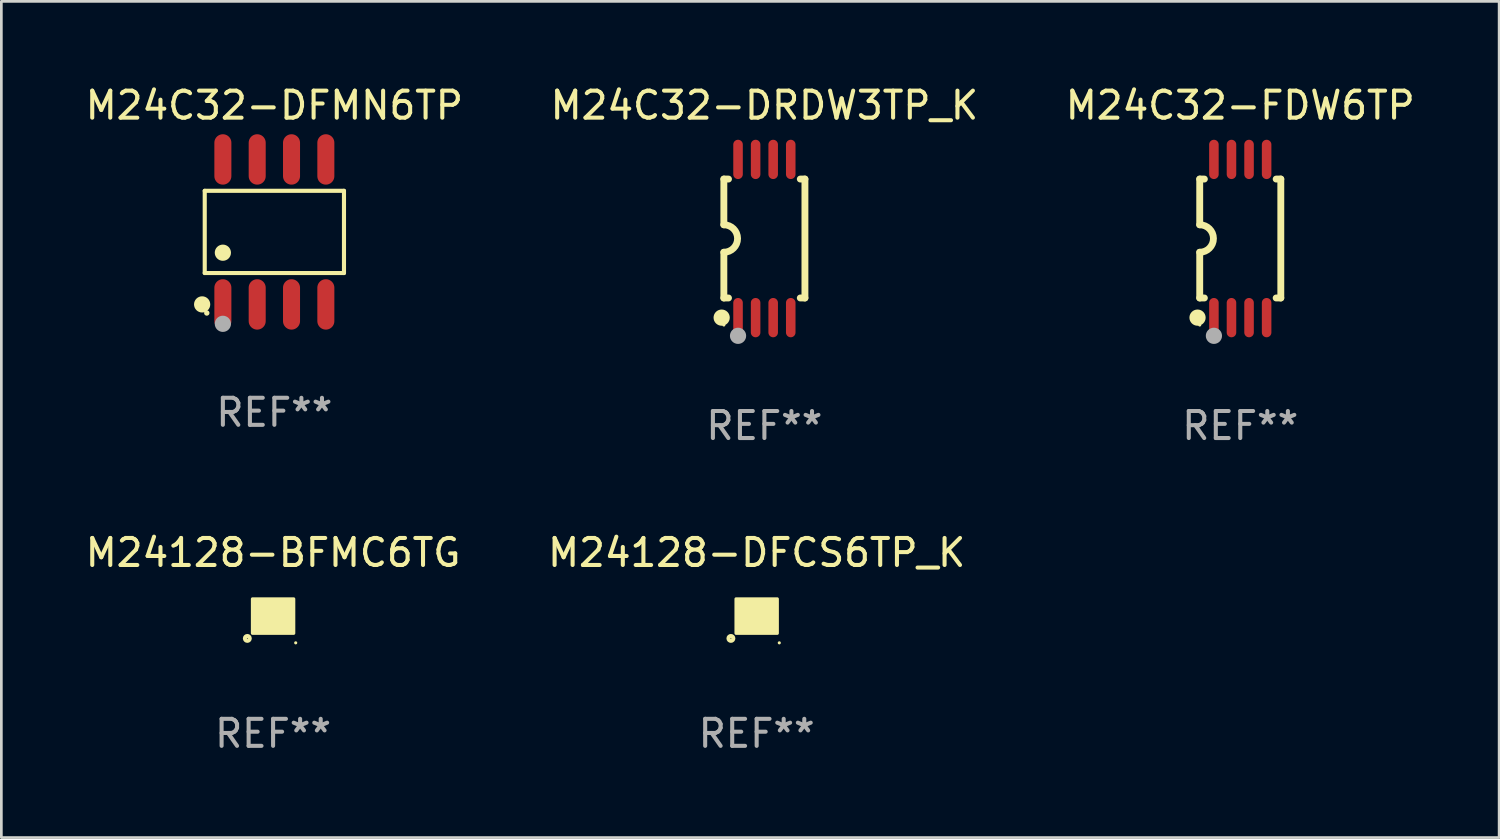
<source format=kicad_pcb>
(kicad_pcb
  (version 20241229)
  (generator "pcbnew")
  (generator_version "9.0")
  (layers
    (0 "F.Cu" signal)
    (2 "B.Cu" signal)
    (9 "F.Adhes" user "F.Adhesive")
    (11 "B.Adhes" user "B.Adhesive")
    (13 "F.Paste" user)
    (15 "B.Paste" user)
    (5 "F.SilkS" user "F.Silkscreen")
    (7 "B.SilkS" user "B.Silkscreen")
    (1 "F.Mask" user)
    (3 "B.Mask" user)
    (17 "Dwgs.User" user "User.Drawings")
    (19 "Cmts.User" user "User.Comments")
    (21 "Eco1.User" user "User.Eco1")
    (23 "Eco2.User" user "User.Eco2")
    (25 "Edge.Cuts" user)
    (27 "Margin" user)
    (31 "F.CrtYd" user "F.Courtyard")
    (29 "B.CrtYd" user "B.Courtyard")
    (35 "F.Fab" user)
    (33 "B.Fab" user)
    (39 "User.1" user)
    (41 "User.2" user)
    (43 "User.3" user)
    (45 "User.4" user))
  (footprint "M24128-BFMC6TG"
    (layer "F.Cu")
    (at 7.054 19.745)
    (property "Reference" "M24128-BFMC6TG" (at 0 -2.346 0) (layer "F.SilkS") (effects (font (size 1 1) (thickness 0.15))))
    (attr through_hole)
    (fp_circle (center -0.953 0.826) (end -0.863 0.826) (stroke (width 0.15) (type solid)) (fill no) (layer "F.SilkS"))
    (fp_circle (center 0.837 0.99) (end 0.867 0.99) (stroke (width 0.06) (type solid)) (fill no) (layer "F.SilkS"))
    (fp_poly (pts (xy -0.762 -0.635) (xy 0.762 -0.635) (xy 0.762 0.635) (xy -0.762 0.635)) (stroke (width 0.12) (type solid)) (fill yes) (layer "F.SilkS"))
    (fp_text user "REF**" (at 0 4.346 0) (layer "F.Fab") (effects (font (size 1 1) (thickness 0.15))))
    (pad "A1" smd circle (at -0.4 0.346) (size 0.19 0.19) (layers "F.Cu" "F.Mask" "F.Paste"))
    (pad "A3" smd circle (at -0.4 -0.346) (size 0.19 0.19) (layers "F.Cu" "F.Mask" "F.Paste"))
    (pad "B2" smd circle (at -0.2 -0.001) (size 0.19 0.19) (layers "F.Cu" "F.Mask" "F.Paste"))
    (pad "C1" smd circle (at 0 0.346) (size 0.19 0.19) (layers "F.Cu" "F.Mask" "F.Paste"))
    (pad "C3" smd circle (at 0 -0.346) (size 0.19 0.19) (layers "F.Cu" "F.Mask" "F.Paste"))
    (pad "D2" smd circle (at 0.2 -0.001) (size 0.19 0.19) (layers "F.Cu" "F.Mask" "F.Paste"))
    (pad "E1" smd circle (at 0.4 0.346) (size 0.19 0.19) (layers "F.Cu" "F.Mask" "F.Paste"))
    (pad "E3" smd circle (at 0.4 -0.346) (size 0.19 0.19) (layers "F.Cu" "F.Mask" "F.Paste")))
  (footprint "M24C32-FDW6TP"
    (layer "F.Cu")
    (at 42.839 5.775)
    (property "Reference" "M24C32-FDW6TP" (at 0 -4.927 0) (layer "F.SilkS") (effects (font (size 1 1) (thickness 0.15))))
    (attr through_hole)
    (fp_line (start -1.5 -2.2) (end -1.5 -0.508) (stroke (width 0.254) (type solid)) (layer "F.SilkS"))
    (fp_line (start -1.5 -2.2) (end -1.328 -2.2) (stroke (width 0.254) (type solid)) (layer "F.SilkS"))
    (fp_line (start -1.5 2.2) (end -1.5 0.508) (stroke (width 0.254) (type solid)) (layer "F.SilkS"))
    (fp_line (start -1.5 2.2) (end -1.328 2.2) (stroke (width 0.254) (type solid)) (layer "F.SilkS"))
    (fp_line (start 1.328 -2.2) (end 1.5 -2.2) (stroke (width 0.254) (type solid)) (layer "F.SilkS"))
    (fp_line (start 1.328 2.2) (end 1.5 2.2) (stroke (width 0.254) (type solid)) (layer "F.SilkS"))
    (fp_line (start 1.5 -2.2) (end 1.5 2.2) (stroke (width 0.254) (type solid)) (layer "F.SilkS"))
    (fp_arc (start -1.501144 -0.508) (mid -0.993143 -0.000571) (end -1.5 0.508001) (stroke (width 0.254001) (type solid)) (layer "F.SilkS"))
    (fp_circle (center -1.581 2.927) (end -1.431 2.927) (stroke (width 0.3) (type solid)) (fill no) (layer "F.SilkS"))
    (fp_circle (center -1.5 3.2) (end -1.47 3.2) (stroke (width 0.06) (type solid)) (fill no) (layer "F.SilkS"))
    (fp_circle (center -0.975 3.6) (end -0.825 3.6) (stroke (width 0.3) (type solid)) (fill no) (layer "F.Fab"))
    (fp_text user "REF**" (at 0 6.927 0) (layer "F.Fab") (effects (font (size 1 1) (thickness 0.15))))
    (pad "1" smd oval (at -0.975 2.927) (size 0.353 1.454) (layers "F.Cu" "F.Mask" "F.Paste"))
    (pad "2" smd oval (at -0.325 2.927) (size 0.353 1.454) (layers "F.Cu" "F.Mask" "F.Paste"))
    (pad "3" smd oval (at 0.325 2.927) (size 0.353 1.454) (layers "F.Cu" "F.Mask" "F.Paste"))
    (pad "4" smd oval (at 0.975 2.927) (size 0.353 1.454) (layers "F.Cu" "F.Mask" "F.Paste"))
    (pad "5" smd oval (at 0.975 -2.927) (size 0.353 1.454) (layers "F.Cu" "F.Mask" "F.Paste"))
    (pad "6" smd oval (at 0.325 -2.927) (size 0.353 1.454) (layers "F.Cu" "F.Mask" "F.Paste"))
    (pad "7" smd oval (at -0.325 -2.927) (size 0.353 1.454) (layers "F.Cu" "F.Mask" "F.Paste"))
    (pad "8" smd oval (at -0.975 -2.927) (size 0.353 1.454) (layers "F.Cu" "F.Mask" "F.Paste")))
  (footprint "M24128-DFCS6TP_K"
    (layer "F.Cu")
    (at 24.946 19.745)
    (property "Reference" "M24128-DFCS6TP_K" (at 0 -2.346 0) (layer "F.SilkS") (effects (font (size 1 1) (thickness 0.15))))
    (attr through_hole)
    (fp_circle (center -0.953 0.826) (end -0.863 0.826) (stroke (width 0.15) (type solid)) (fill no) (layer "F.SilkS"))
    (fp_circle (center 0.837 0.99) (end 0.867 0.99) (stroke (width 0.06) (type solid)) (fill no) (layer "F.SilkS"))
    (fp_poly (pts (xy -0.762 -0.635) (xy 0.762 -0.635) (xy 0.762 0.635) (xy -0.762 0.635)) (stroke (width 0.12) (type solid)) (fill yes) (layer "F.SilkS"))
    (fp_text user "REF**" (at 0 4.346 0) (layer "F.Fab") (effects (font (size 1 1) (thickness 0.15))))
    (pad "A1" smd circle (at -0.4 0.346) (size 0.19 0.19) (layers "F.Cu" "F.Mask" "F.Paste"))
    (pad "A3" smd circle (at -0.4 -0.346) (size 0.19 0.19) (layers "F.Cu" "F.Mask" "F.Paste"))
    (pad "B2" smd circle (at -0.2 -0.001) (size 0.19 0.19) (layers "F.Cu" "F.Mask" "F.Paste"))
    (pad "C1" smd circle (at 0 0.346) (size 0.19 0.19) (layers "F.Cu" "F.Mask" "F.Paste"))
    (pad "C3" smd circle (at 0 -0.346) (size 0.19 0.19) (layers "F.Cu" "F.Mask" "F.Paste"))
    (pad "D2" smd circle (at 0.2 -0.001) (size 0.19 0.19) (layers "F.Cu" "F.Mask" "F.Paste"))
    (pad "E1" smd circle (at 0.4 0.346) (size 0.19 0.19) (layers "F.Cu" "F.Mask" "F.Paste"))
    (pad "E3" smd circle (at 0.4 -0.346) (size 0.19 0.19) (layers "F.Cu" "F.Mask" "F.Paste")))
  (footprint "M24C32-DRDW3TP_K"
    (layer "F.Cu")
    (at 25.232 5.775)
    (property "Reference" "M24C32-DRDW3TP_K" (at 0 -4.927 0) (layer "F.SilkS") (effects (font (size 1 1) (thickness 0.15))))
    (attr through_hole)
    (fp_line (start -1.5 -2.2) (end -1.5 -0.508) (stroke (width 0.254) (type solid)) (layer "F.SilkS"))
    (fp_line (start -1.5 -2.2) (end -1.328 -2.2) (stroke (width 0.254) (type solid)) (layer "F.SilkS"))
    (fp_line (start -1.5 2.2) (end -1.5 0.508) (stroke (width 0.254) (type solid)) (layer "F.SilkS"))
    (fp_line (start -1.5 2.2) (end -1.328 2.2) (stroke (width 0.254) (type solid)) (layer "F.SilkS"))
    (fp_line (start 1.328 -2.2) (end 1.5 -2.2) (stroke (width 0.254) (type solid)) (layer "F.SilkS"))
    (fp_line (start 1.328 2.2) (end 1.5 2.2) (stroke (width 0.254) (type solid)) (layer "F.SilkS"))
    (fp_line (start 1.5 -2.2) (end 1.5 2.2) (stroke (width 0.254) (type solid)) (layer "F.SilkS"))
    (fp_arc (start -1.501144 -0.508) (mid -0.993143 -0.000571) (end -1.5 0.508001) (stroke (width 0.254001) (type solid)) (layer "F.SilkS"))
    (fp_circle (center -1.581 2.927) (end -1.431 2.927) (stroke (width 0.3) (type solid)) (fill no) (layer "F.SilkS"))
    (fp_circle (center -1.5 3.2) (end -1.47 3.2) (stroke (width 0.06) (type solid)) (fill no) (layer "F.SilkS"))
    (fp_circle (center -0.975 3.6) (end -0.825 3.6) (stroke (width 0.3) (type solid)) (fill no) (layer "F.Fab"))
    (fp_text user "REF**" (at 0 6.927 0) (layer "F.Fab") (effects (font (size 1 1) (thickness 0.15))))
    (pad "1" smd oval (at -0.975 2.927) (size 0.353 1.454) (layers "F.Cu" "F.Mask" "F.Paste"))
    (pad "2" smd oval (at -0.325 2.927) (size 0.353 1.454) (layers "F.Cu" "F.Mask" "F.Paste"))
    (pad "3" smd oval (at 0.325 2.927) (size 0.353 1.454) (layers "F.Cu" "F.Mask" "F.Paste"))
    (pad "4" smd oval (at 0.975 2.927) (size 0.353 1.454) (layers "F.Cu" "F.Mask" "F.Paste"))
    (pad "5" smd oval (at 0.975 -2.927) (size 0.353 1.454) (layers "F.Cu" "F.Mask" "F.Paste"))
    (pad "6" smd oval (at 0.325 -2.927) (size 0.353 1.454) (layers "F.Cu" "F.Mask" "F.Paste"))
    (pad "7" smd oval (at -0.325 -2.927) (size 0.353 1.454) (layers "F.Cu" "F.Mask" "F.Paste"))
    (pad "8" smd oval (at -0.975 -2.927) (size 0.353 1.454) (layers "F.Cu" "F.Mask" "F.Paste")))
  (footprint "M24C32-DFMN6TP"
    (layer "F.Cu")
    (at 7.101 5.531)
    (property "Reference" "M24C32-DFMN6TP" (at 0 -4.682 0) (layer "F.SilkS") (effects (font (size 1 1) (thickness 0.15))))
    (attr through_hole)
    (fp_line (start -2.576 -1.521) (end 2.576 -1.521) (stroke (width 0.152) (type solid)) (layer "F.SilkS"))
    (fp_line (start -2.576 1.521) (end -2.576 -1.521) (stroke (width 0.152) (type solid)) (layer "F.SilkS"))
    (fp_line (start 2.576 -1.521) (end 2.576 1.521) (stroke (width 0.152) (type solid)) (layer "F.SilkS"))
    (fp_line (start 2.576 1.521) (end -2.576 1.521) (stroke (width 0.152) (type solid)) (layer "F.SilkS"))
    (fp_circle (center -2.672 2.682) (end -2.522 2.682) (stroke (width 0.3) (type solid)) (fill no) (layer "F.SilkS"))
    (fp_circle (center -2.5 3) (end -2.45 3) (stroke (width 0.1) (type solid)) (fill no) (layer "F.SilkS"))
    (fp_circle (center -1.905 0.769) (end -1.755 0.769) (stroke (width 0.3) (type solid)) (fill no) (layer "F.SilkS"))
    (fp_circle (center -1.905 3.4) (end -1.755 3.4) (stroke (width 0.3) (type solid)) (fill no) (layer "F.Fab"))
    (fp_text user "REF**" (at 0 6.682 0) (layer "F.Fab") (effects (font (size 1 1) (thickness 0.15))))
    (pad "1" smd oval (at -1.905 2.682) (size 0.63 1.865) (layers "F.Cu" "F.Mask" "F.Paste"))
    (pad "2" smd oval (at -0.635 2.682) (size 0.63 1.865) (layers "F.Cu" "F.Mask" "F.Paste"))
    (pad "3" smd oval (at 0.635 2.682) (size 0.63 1.865) (layers "F.Cu" "F.Mask" "F.Paste"))
    (pad "4" smd oval (at 1.905 2.682) (size 0.63 1.865) (layers "F.Cu" "F.Mask" "F.Paste"))
    (pad "5" smd oval (at 1.905 -2.682) (size 0.63 1.865) (layers "F.Cu" "F.Mask" "F.Paste"))
    (pad "6" smd oval (at 0.635 -2.682) (size 0.63 1.865) (layers "F.Cu" "F.Mask" "F.Paste"))
    (pad "7" smd oval (at -0.635 -2.682) (size 0.63 1.865) (layers "F.Cu" "F.Mask" "F.Paste"))
    (pad "8" smd oval (at -1.905 -2.682) (size 0.63 1.865) (layers "F.Cu" "F.Mask" "F.Paste")))
  (gr_rect
    (start -3 -3)
    (end 52.417 27.94)
    (stroke (width 0.1) (type default))
    (fill no)
    (layer "Edge.Cuts")))
</source>
